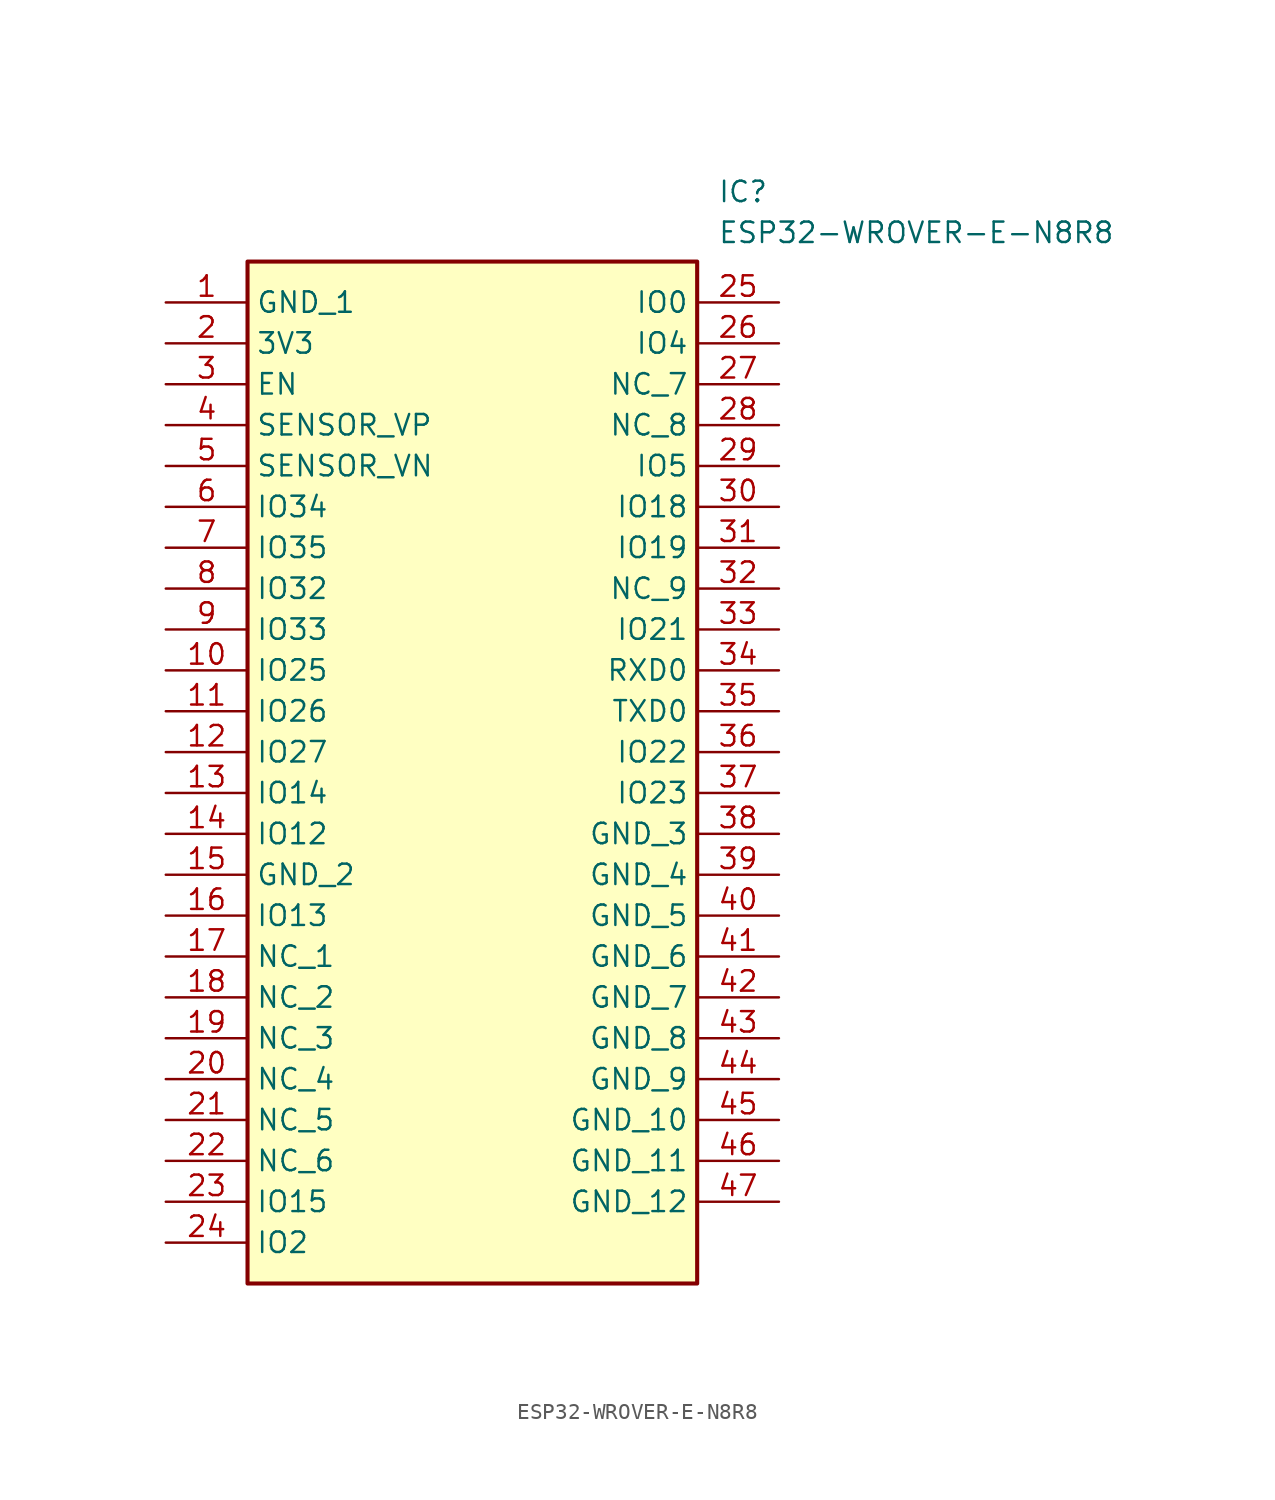
<source format=kicad_sym>
(kicad_symbol_lib
  (version 20211014)
  (generator SamacSys_ECAD_Model)
  (symbol "ESP32-WROVER-E-N8R8"
    (property "Reference" "IC"
      (at 34.29 7.62 0)
      (effects (font (size 1.27 1.27)) (justify left top)))
    (property "Value" "ESP32-WROVER-E-N8R8"
      (at 34.29 5.08 0)
      (effects (font (size 1.27 1.27)) (justify left top)))
    (rectangle
      (start 5.08 2.54)
      (end 33.02 -60.96)
      (stroke (width 0.254) (type default))
      (fill (type background)))
    (pin passive line
      (at 0 0 0)
      (length 5.08)
      (name "GND_1" (effects (font (size 1.27 1.27))))
      (number "1" (effects (font (size 1.27 1.27)))))
    (pin passive line
      (at 0 -2.54 0)
      (length 5.08)
      (name "3V3" (effects (font (size 1.27 1.27))))
      (number "2" (effects (font (size 1.27 1.27)))))
    (pin passive line
      (at 0 -5.08 0)
      (length 5.08)
      (name "EN" (effects (font (size 1.27 1.27))))
      (number "3" (effects (font (size 1.27 1.27)))))
    (pin passive line
      (at 0 -7.62 0)
      (length 5.08)
      (name "SENSOR_VP" (effects (font (size 1.27 1.27))))
      (number "4" (effects (font (size 1.27 1.27)))))
    (pin passive line
      (at 0 -10.16 0)
      (length 5.08)
      (name "SENSOR_VN" (effects (font (size 1.27 1.27))))
      (number "5" (effects (font (size 1.27 1.27)))))
    (pin passive line
      (at 0 -12.7 0)
      (length 5.08)
      (name "IO34" (effects (font (size 1.27 1.27))))
      (number "6" (effects (font (size 1.27 1.27)))))
    (pin passive line
      (at 0 -15.24 0)
      (length 5.08)
      (name "IO35" (effects (font (size 1.27 1.27))))
      (number "7" (effects (font (size 1.27 1.27)))))
    (pin passive line
      (at 0 -17.78 0)
      (length 5.08)
      (name "IO32" (effects (font (size 1.27 1.27))))
      (number "8" (effects (font (size 1.27 1.27)))))
    (pin passive line
      (at 0 -20.32 0)
      (length 5.08)
      (name "IO33" (effects (font (size 1.27 1.27))))
      (number "9" (effects (font (size 1.27 1.27)))))
    (pin passive line
      (at 0 -22.86 0)
      (length 5.08)
      (name "IO25" (effects (font (size 1.27 1.27))))
      (number "10" (effects (font (size 1.27 1.27)))))
    (pin passive line
      (at 0 -25.4 0)
      (length 5.08)
      (name "IO26" (effects (font (size 1.27 1.27))))
      (number "11" (effects (font (size 1.27 1.27)))))
    (pin passive line
      (at 0 -27.94 0)
      (length 5.08)
      (name "IO27" (effects (font (size 1.27 1.27))))
      (number "12" (effects (font (size 1.27 1.27)))))
    (pin passive line
      (at 0 -30.48 0)
      (length 5.08)
      (name "IO14" (effects (font (size 1.27 1.27))))
      (number "13" (effects (font (size 1.27 1.27)))))
    (pin passive line
      (at 0 -33.02 0)
      (length 5.08)
      (name "IO12" (effects (font (size 1.27 1.27))))
      (number "14" (effects (font (size 1.27 1.27)))))
    (pin passive line
      (at 0 -35.56 0)
      (length 5.08)
      (name "GND_2" (effects (font (size 1.27 1.27))))
      (number "15" (effects (font (size 1.27 1.27)))))
    (pin passive line
      (at 0 -38.1 0)
      (length 5.08)
      (name "IO13" (effects (font (size 1.27 1.27))))
      (number "16" (effects (font (size 1.27 1.27)))))
    (pin passive line
      (at 0 -40.64 0)
      (length 5.08)
      (name "NC_1" (effects (font (size 1.27 1.27))))
      (number "17" (effects (font (size 1.27 1.27)))))
    (pin passive line
      (at 0 -43.18 0)
      (length 5.08)
      (name "NC_2" (effects (font (size 1.27 1.27))))
      (number "18" (effects (font (size 1.27 1.27)))))
    (pin passive line
      (at 0 -45.72 0)
      (length 5.08)
      (name "NC_3" (effects (font (size 1.27 1.27))))
      (number "19" (effects (font (size 1.27 1.27)))))
    (pin passive line
      (at 0 -48.26 0)
      (length 5.08)
      (name "NC_4" (effects (font (size 1.27 1.27))))
      (number "20" (effects (font (size 1.27 1.27)))))
    (pin passive line
      (at 0 -50.8 0)
      (length 5.08)
      (name "NC_5" (effects (font (size 1.27 1.27))))
      (number "21" (effects (font (size 1.27 1.27)))))
    (pin passive line
      (at 0 -53.34 0)
      (length 5.08)
      (name "NC_6" (effects (font (size 1.27 1.27))))
      (number "22" (effects (font (size 1.27 1.27)))))
    (pin passive line
      (at 0 -55.88 0)
      (length 5.08)
      (name "IO15" (effects (font (size 1.27 1.27))))
      (number "23" (effects (font (size 1.27 1.27)))))
    (pin passive line
      (at 0 -58.42 0)
      (length 5.08)
      (name "IO2" (effects (font (size 1.27 1.27))))
      (number "24" (effects (font (size 1.27 1.27)))))
    (pin passive line
      (at 38.1 0 180)
      (length 5.08)
      (name "IO0" (effects (font (size 1.27 1.27))))
      (number "25" (effects (font (size 1.27 1.27)))))
    (pin passive line
      (at 38.1 -2.54 180)
      (length 5.08)
      (name "IO4" (effects (font (size 1.27 1.27))))
      (number "26" (effects (font (size 1.27 1.27)))))
    (pin passive line
      (at 38.1 -5.08 180)
      (length 5.08)
      (name "NC_7" (effects (font (size 1.27 1.27))))
      (number "27" (effects (font (size 1.27 1.27)))))
    (pin passive line
      (at 38.1 -7.62 180)
      (length 5.08)
      (name "NC_8" (effects (font (size 1.27 1.27))))
      (number "28" (effects (font (size 1.27 1.27)))))
    (pin passive line
      (at 38.1 -10.16 180)
      (length 5.08)
      (name "IO5" (effects (font (size 1.27 1.27))))
      (number "29" (effects (font (size 1.27 1.27)))))
    (pin passive line
      (at 38.1 -12.7 180)
      (length 5.08)
      (name "IO18" (effects (font (size 1.27 1.27))))
      (number "30" (effects (font (size 1.27 1.27)))))
    (pin passive line
      (at 38.1 -15.24 180)
      (length 5.08)
      (name "IO19" (effects (font (size 1.27 1.27))))
      (number "31" (effects (font (size 1.27 1.27)))))
    (pin passive line
      (at 38.1 -17.78 180)
      (length 5.08)
      (name "NC_9" (effects (font (size 1.27 1.27))))
      (number "32" (effects (font (size 1.27 1.27)))))
    (pin passive line
      (at 38.1 -20.32 180)
      (length 5.08)
      (name "IO21" (effects (font (size 1.27 1.27))))
      (number "33" (effects (font (size 1.27 1.27)))))
    (pin passive line
      (at 38.1 -22.86 180)
      (length 5.08)
      (name "RXD0" (effects (font (size 1.27 1.27))))
      (number "34" (effects (font (size 1.27 1.27)))))
    (pin passive line
      (at 38.1 -25.4 180)
      (length 5.08)
      (name "TXD0" (effects (font (size 1.27 1.27))))
      (number "35" (effects (font (size 1.27 1.27)))))
    (pin passive line
      (at 38.1 -27.94 180)
      (length 5.08)
      (name "IO22" (effects (font (size 1.27 1.27))))
      (number "36" (effects (font (size 1.27 1.27)))))
    (pin passive line
      (at 38.1 -30.48 180)
      (length 5.08)
      (name "IO23" (effects (font (size 1.27 1.27))))
      (number "37" (effects (font (size 1.27 1.27)))))
    (pin passive line
      (at 38.1 -33.02 180)
      (length 5.08)
      (name "GND_3" (effects (font (size 1.27 1.27))))
      (number "38" (effects (font (size 1.27 1.27)))))
    (pin passive line
      (at 38.1 -35.56 180)
      (length 5.08)
      (name "GND_4" (effects (font (size 1.27 1.27))))
      (number "39" (effects (font (size 1.27 1.27)))))
    (pin passive line
      (at 38.1 -38.1 180)
      (length 5.08)
      (name "GND_5" (effects (font (size 1.27 1.27))))
      (number "40" (effects (font (size 1.27 1.27)))))
    (pin passive line
      (at 38.1 -40.64 180)
      (length 5.08)
      (name "GND_6" (effects (font (size 1.27 1.27))))
      (number "41" (effects (font (size 1.27 1.27)))))
    (pin passive line
      (at 38.1 -43.18 180)
      (length 5.08)
      (name "GND_7" (effects (font (size 1.27 1.27))))
      (number "42" (effects (font (size 1.27 1.27)))))
    (pin passive line
      (at 38.1 -45.72 180)
      (length 5.08)
      (name "GND_8" (effects (font (size 1.27 1.27))))
      (number "43" (effects (font (size 1.27 1.27)))))
    (pin passive line
      (at 38.1 -48.26 180)
      (length 5.08)
      (name "GND_9" (effects (font (size 1.27 1.27))))
      (number "44" (effects (font (size 1.27 1.27)))))
    (pin passive line
      (at 38.1 -50.8 180)
      (length 5.08)
      (name "GND_10" (effects (font (size 1.27 1.27))))
      (number "45" (effects (font (size 1.27 1.27)))))
    (pin passive line
      (at 38.1 -53.34 180)
      (length 5.08)
      (name "GND_11" (effects (font (size 1.27 1.27))))
      (number "46" (effects (font (size 1.27 1.27)))))
    (pin passive line
      (at 38.1 -55.88 180)
      (length 5.08)
      (name "GND_12" (effects (font (size 1.27 1.27))))
      (number "47" (effects (font (size 1.27 1.27)))))))
</source>
